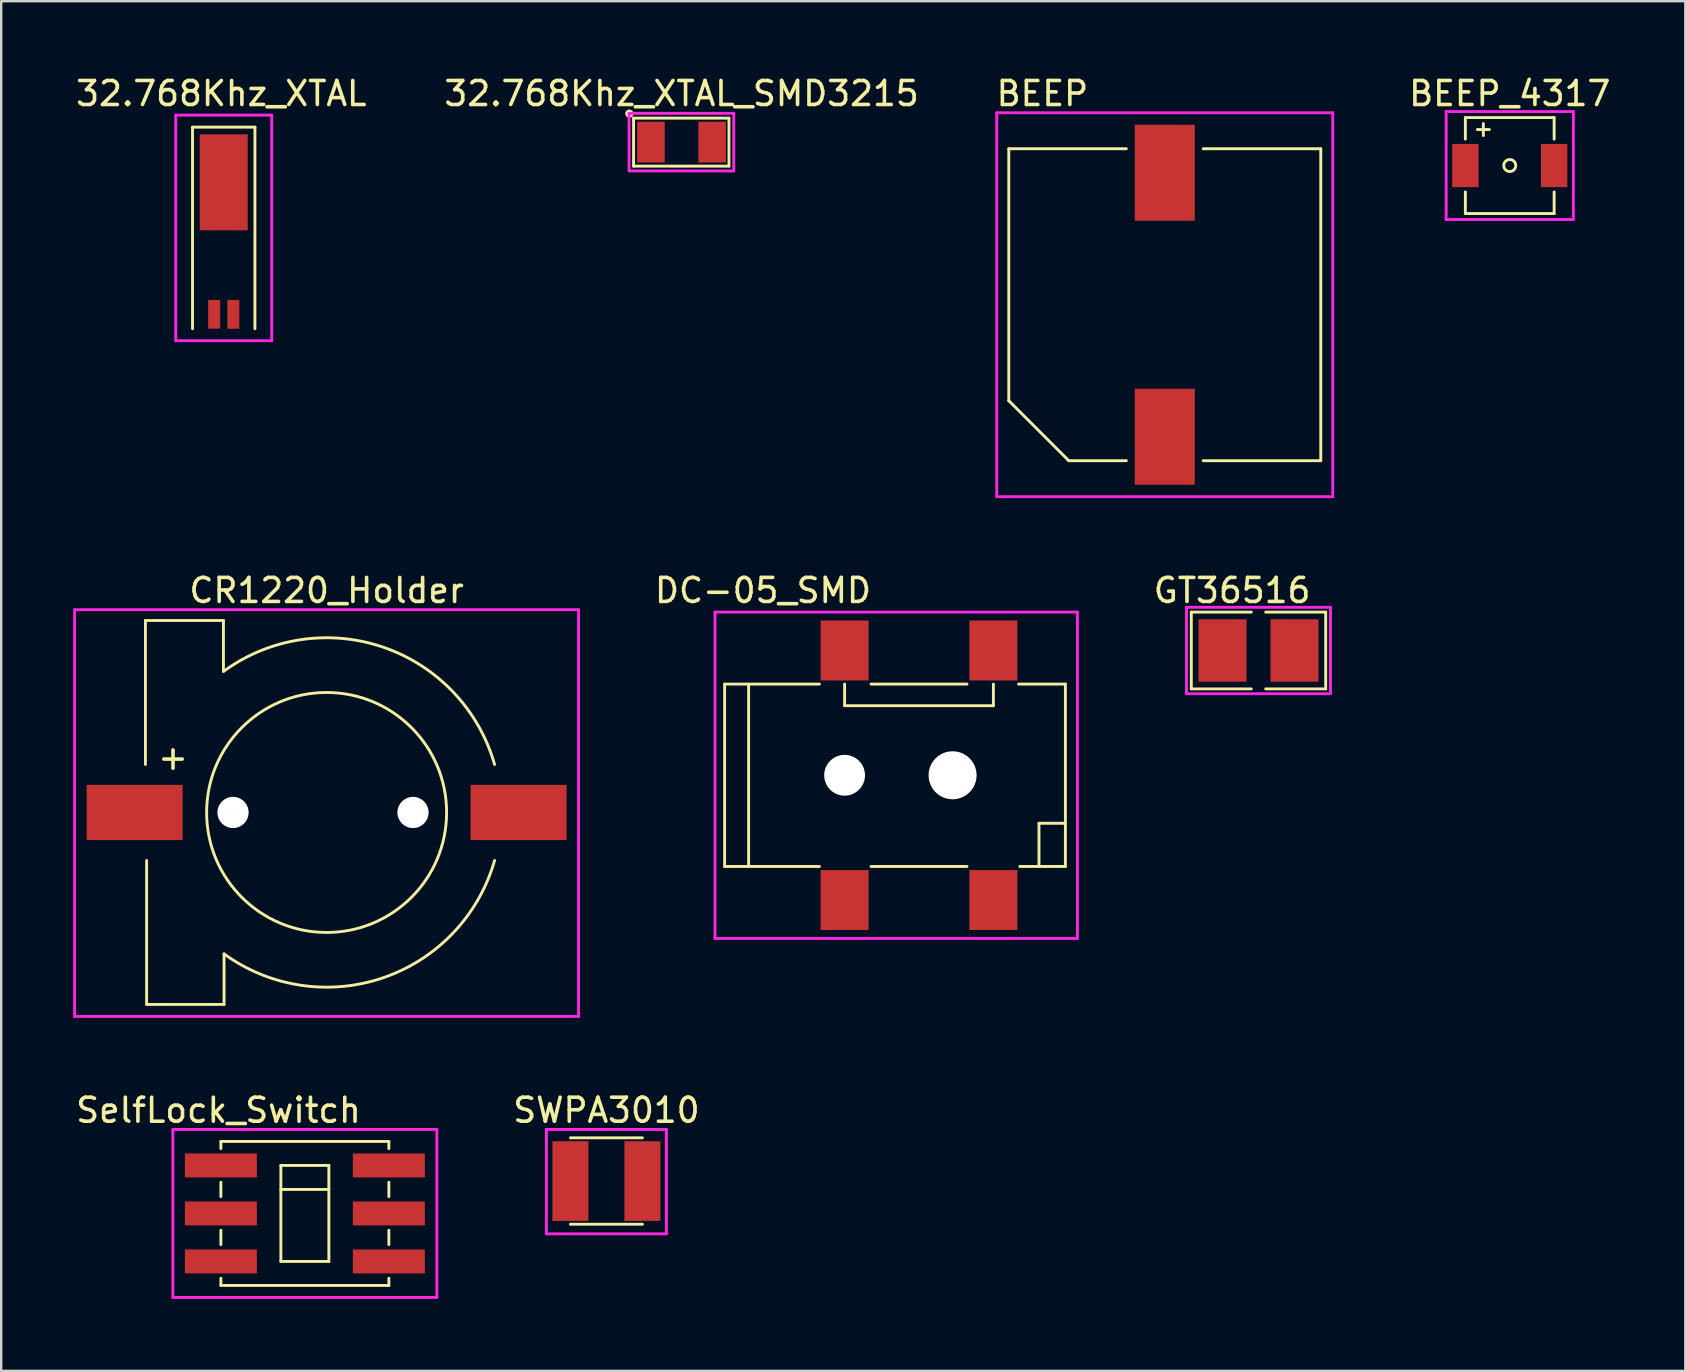
<source format=kicad_pcb>
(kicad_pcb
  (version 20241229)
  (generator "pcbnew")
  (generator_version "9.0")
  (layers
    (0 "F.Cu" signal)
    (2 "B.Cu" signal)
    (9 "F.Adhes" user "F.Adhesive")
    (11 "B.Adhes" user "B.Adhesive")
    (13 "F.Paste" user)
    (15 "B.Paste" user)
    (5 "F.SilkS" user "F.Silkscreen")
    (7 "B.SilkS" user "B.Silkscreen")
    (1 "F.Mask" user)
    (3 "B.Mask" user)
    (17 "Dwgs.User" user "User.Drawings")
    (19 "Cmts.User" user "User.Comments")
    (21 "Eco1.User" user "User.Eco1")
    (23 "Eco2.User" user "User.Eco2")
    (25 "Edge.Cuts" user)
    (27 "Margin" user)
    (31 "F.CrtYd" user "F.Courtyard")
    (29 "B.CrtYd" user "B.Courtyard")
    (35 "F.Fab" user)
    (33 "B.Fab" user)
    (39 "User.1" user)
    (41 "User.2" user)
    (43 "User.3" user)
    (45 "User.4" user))
  (footprint "GT36516"
    (layer "F.Cu")
    (at 49.392 24.056)
    (property "Reference" "GT36516" (at -1.1 -2.5 0) (layer "F.SilkS") (effects (font (size 1 1) (thickness 0.15))))
    (attr through_hole)
    (fp_line (start -2.8 -1.6) (end -2.8 1.6) (stroke (width 0.12) (type solid)) (layer "F.SilkS"))
    (fp_line (start -2.8 -1.6) (end -0.3 -1.6) (stroke (width 0.12) (type solid)) (layer "F.SilkS"))
    (fp_line (start -2.8 1.6) (end -0.3 1.6) (stroke (width 0.12) (type solid)) (layer "F.SilkS"))
    (fp_line (start 0.3 -1.6) (end 2.8 -1.6) (stroke (width 0.12) (type solid)) (layer "F.SilkS"))
    (fp_line (start 0.3 1.6) (end 2.8 1.6) (stroke (width 0.12) (type solid)) (layer "F.SilkS"))
    (fp_line (start 2.8 -1.6) (end 2.8 1.6) (stroke (width 0.12) (type solid)) (layer "F.SilkS"))
    (fp_line (start -3 -1.8) (end -3 1.8) (stroke (width 0.12) (type solid)) (layer "F.CrtYd"))
    (fp_line (start -3 -1.8) (end 3 -1.8) (stroke (width 0.12) (type solid)) (layer "F.CrtYd"))
    (fp_line (start -3 1.8) (end 3 1.8) (stroke (width 0.12) (type solid)) (layer "F.CrtYd"))
    (fp_line (start 3 -1.8) (end 3 1.8) (stroke (width 0.12) (type solid)) (layer "F.CrtYd"))
    (pad "1" smd rect (at -1.5 0) (size 2 2.6) (layers "F.Cu" "F.Mask" "F.Paste"))
    (pad "2" smd rect (at 1.5 0) (size 2 2.6) (layers "F.Cu" "F.Mask" "F.Paste")))
  (footprint "SelfLock_Switch"
    (layer "F.Cu")
    (at 9.654 47.515)
    (property "Reference" "SelfLock_Switch" (at -3.6 -4.3 0) (layer "F.SilkS") (effects (font (size 1 1) (thickness 0.15))))
    (attr through_hole)
    (fp_line (start -3.5 -3) (end 3.5 -3) (stroke (width 0.12) (type solid)) (layer "F.SilkS"))
    (fp_line (start -3.5 -2.7) (end -3.5 -3) (stroke (width 0.12) (type solid)) (layer "F.SilkS"))
    (fp_line (start -3.5 -1.3) (end -3.5 -0.7) (stroke (width 0.12) (type solid)) (layer "F.SilkS"))
    (fp_line (start -3.5 0.7) (end -3.5 1.3) (stroke (width 0.12) (type solid)) (layer "F.SilkS"))
    (fp_line (start -3.5 2.7) (end -3.5 3) (stroke (width 0.12) (type solid)) (layer "F.SilkS"))
    (fp_line (start -3.5 3) (end 3.5 3) (stroke (width 0.12) (type solid)) (layer "F.SilkS"))
    (fp_line (start -1 -2) (end -1 2) (stroke (width 0.12) (type solid)) (layer "F.SilkS"))
    (fp_line (start -1 -2) (end 1 -2) (stroke (width 0.12) (type solid)) (layer "F.SilkS"))
    (fp_line (start -1 -1) (end 1 -1) (stroke (width 0.12) (type solid)) (layer "F.SilkS"))
    (fp_line (start 1 -2) (end 1 2) (stroke (width 0.12) (type solid)) (layer "F.SilkS"))
    (fp_line (start 1 2) (end -1 2) (stroke (width 0.12) (type solid)) (layer "F.SilkS"))
    (fp_line (start 3.5 -3) (end 3.5 -2.7) (stroke (width 0.12) (type solid)) (layer "F.SilkS"))
    (fp_line (start 3.5 -1.3) (end 3.5 -0.7) (stroke (width 0.12) (type solid)) (layer "F.SilkS"))
    (fp_line (start 3.5 0.7) (end 3.5 1.3) (stroke (width 0.12) (type solid)) (layer "F.SilkS"))
    (fp_line (start 3.5 3) (end 3.5 2.7) (stroke (width 0.12) (type solid)) (layer "F.SilkS"))
    (fp_line (start -5.5 -3.5) (end -5.5 3.5) (stroke (width 0.12) (type solid)) (layer "F.CrtYd"))
    (fp_line (start -5.5 3.5) (end 5.5 3.5) (stroke (width 0.12) (type solid)) (layer "F.CrtYd"))
    (fp_line (start 5.5 -3.5) (end -5.5 -3.5) (stroke (width 0.12) (type solid)) (layer "F.CrtYd"))
    (fp_line (start 5.5 3.5) (end 5.5 -3.5) (stroke (width 0.12) (type solid)) (layer "F.CrtYd"))
    (pad "1" smd rect (at -3.5 -2) (size 3 1) (layers "F.Cu" "F.Mask" "F.Paste"))
    (pad "2" smd rect (at -3.5 0) (size 3 1) (layers "F.Cu" "F.Mask" "F.Paste"))
    (pad "3" smd rect (at -3.5 2) (size 3 1) (layers "F.Cu" "F.Mask" "F.Paste"))
    (pad "4" smd rect (at 3.5 -2) (size 3 1) (layers "F.Cu" "F.Mask" "F.Paste"))
    (pad "5" smd rect (at 3.5 0) (size 3 1) (layers "F.Cu" "F.Mask" "F.Paste"))
    (pad "6" smd rect (at 3.5 2) (size 3 1) (layers "F.Cu" "F.Mask" "F.Paste")))
  (footprint "DC-05_SMD"
    (layer "F.Cu")
    (at 36.245 29.256)
    (property "Reference" "DC-05_SMD" (at -7.5 -7.7 0) (layer "F.SilkS") (effects (font (size 1 1) (thickness 0.15))))
    (attr through_hole)
    (fp_line (start -9.1 -3.8) (end -9.1 3.8) (stroke (width 0.12) (type solid)) (layer "F.SilkS"))
    (fp_line (start -9.1 -3.8) (end -5.15 -3.8) (stroke (width 0.12) (type solid)) (layer "F.SilkS"))
    (fp_line (start -9.1 3.8) (end -5.15 3.8) (stroke (width 0.12) (type solid)) (layer "F.SilkS"))
    (fp_line (start -8.1 -3.8) (end -8.1 3.8) (stroke (width 0.12) (type solid)) (layer "F.SilkS"))
    (fp_line (start -4.1 -2.9) (end -4.1 -3.8) (stroke (width 0.12) (type solid)) (layer "F.SilkS"))
    (fp_line (start -4.1 -2.9) (end 2.1 -2.9) (stroke (width 0.12) (type solid)) (layer "F.SilkS"))
    (fp_line (start -3 -3.8) (end 1 -3.8) (stroke (width 0.12) (type solid)) (layer "F.SilkS"))
    (fp_line (start -3 3.8) (end 1 3.8) (stroke (width 0.12) (type solid)) (layer "F.SilkS"))
    (fp_line (start 2.1 -2.9) (end 2.1 -3.8) (stroke (width 0.12) (type solid)) (layer "F.SilkS"))
    (fp_line (start 4 2) (end 5.1 2) (stroke (width 0.12) (type solid)) (layer "F.SilkS"))
    (fp_line (start 4 3.8) (end 4 2) (stroke (width 0.12) (type solid)) (layer "F.SilkS"))
    (fp_line (start 5.1 -3.8) (end 3.15 -3.8) (stroke (width 0.12) (type solid)) (layer "F.SilkS"))
    (fp_line (start 5.1 -3.8) (end 5.1 3.8) (stroke (width 0.12) (type solid)) (layer "F.SilkS"))
    (fp_line (start 5.1 3.8) (end 3.2 3.8) (stroke (width 0.12) (type solid)) (layer "F.SilkS"))
    (fp_line (start -9.5 -6.8) (end -9.5 6.8) (stroke (width 0.12) (type solid)) (layer "F.CrtYd"))
    (fp_line (start -9.5 6.8) (end 5.6 6.8) (stroke (width 0.12) (type solid)) (layer "F.CrtYd"))
    (fp_line (start 5.6 -6.8) (end -9.5 -6.8) (stroke (width 0.12) (type solid)) (layer "F.CrtYd"))
    (fp_line (start 5.6 6.8) (end 5.6 -6.8) (stroke (width 0.12) (type solid)) (layer "F.CrtYd"))
    (pad "" np_thru_hole circle (at -4.1 0) (size 1.7 1.7) (drill 1.7) (layers "*.Cu" "*.Mask"))
    (pad "" np_thru_hole circle (at 0.4 0) (size 2 2) (drill 2) (layers "*.Cu" "*.Mask"))
    (pad "1" smd rect (at -4.1 -5.2) (size 2 2.5) (layers "F.Cu" "F.Mask" "F.Paste"))
    (pad "1" smd rect (at 2.1 -5.2) (size 2 2.5) (layers "F.Cu" "F.Mask" "F.Paste"))
    (pad "2" smd rect (at 2.1 5.2) (size 2 2.5) (layers "F.Cu" "F.Mask" "F.Paste"))
    (pad "3" smd rect (at -4.1 5.2) (size 2 2.5) (layers "F.Cu" "F.Mask" "F.Paste")))
  (footprint "32.768Khz_XTAL_SMD3215"
    (layer "F.Cu")
    (at 25.351 2.873)
    (property "Reference" "32.768Khz_XTAL_SMD3215" (at 0 -2.025 0) (layer "F.SilkS") (effects (font (size 1 1) (thickness 0.15))))
    (attr through_hole)
    (fp_line (start -2 -1) (end -2 1) (stroke (width 0.12) (type solid)) (layer "F.SilkS"))
    (fp_line (start -2 -1) (end 1.975 -1) (stroke (width 0.12) (type solid)) (layer "F.SilkS"))
    (fp_line (start -2 1) (end 1.975 1) (stroke (width 0.12) (type solid)) (layer "F.SilkS"))
    (fp_line (start 1.975 -1) (end 1.975 1) (stroke (width 0.12) (type solid)) (layer "F.SilkS"))
    (fp_circle (center -2.175 -1.188) (end -2.125 -1.088) (stroke (width 0.12) (type solid)) (fill no) (layer "F.SilkS"))
    (fp_line (start -2.187 -1.2) (end -2.187 1.2) (stroke (width 0.12) (type solid)) (layer "F.CrtYd"))
    (fp_line (start -2.187 -1.2) (end 2.175 -1.2) (stroke (width 0.12) (type solid)) (layer "F.CrtYd"))
    (fp_line (start -2.187 1.2) (end 2.175 1.2) (stroke (width 0.12) (type solid)) (layer "F.CrtYd"))
    (fp_line (start 2.175 -1.2) (end 2.175 1.2) (stroke (width 0.12) (type solid)) (layer "F.CrtYd"))
    (pad "1" smd rect (at -1.275 0) (size 1.15 1.7) (layers "F.Cu" "F.Mask" "F.Paste"))
    (pad "2" smd rect (at 1.275 0) (size 1.15 1.7) (layers "F.Cu" "F.Mask" "F.Paste")))
  (footprint "32.768Khz_XTAL"
    (layer "F.Cu")
    (at 6.273 8.448)
    (property "Reference" "32.768Khz_XTAL" (at -0.1 -7.6 0) (layer "F.SilkS") (effects (font (size 1 1) (thickness 0.15))))
    (attr through_hole)
    (fp_line (start -1.3 -6.2) (end -1.3 2.2) (stroke (width 0.12) (type solid)) (layer "F.SilkS"))
    (fp_line (start -1.3 -6.2) (end 1.3 -6.2) (stroke (width 0.12) (type solid)) (layer "F.SilkS"))
    (fp_line (start 1.3 -6.2) (end 1.3 2.2) (stroke (width 0.12) (type solid)) (layer "F.SilkS"))
    (fp_line (start -2 -6.7) (end -2 2.7) (stroke (width 0.12) (type solid)) (layer "F.CrtYd"))
    (fp_line (start -2 -6.7) (end 2 -6.7) (stroke (width 0.12) (type solid)) (layer "F.CrtYd"))
    (fp_line (start -2 2.7) (end 2 2.7) (stroke (width 0.12) (type solid)) (layer "F.CrtYd"))
    (fp_line (start 2 -6.7) (end 2 2.7) (stroke (width 0.12) (type solid)) (layer "F.CrtYd"))
    (pad "1" smd rect (at -0.4 1.6 90) (size 1.2 0.5) (layers "F.Cu" "F.Mask" "F.Paste"))
    (pad "2" smd rect (at 0.4 1.6 270) (size 1.2 0.5) (layers "F.Cu" "F.Mask" "F.Paste"))
    (pad "3" smd rect (at 0 -3.9 270) (size 4 2) (layers "F.Cu" "F.Mask" "F.Paste")))
  (footprint "SWPA3010"
    (layer "F.Cu")
    (at 22.22 46.165)
    (property "Reference" "SWPA3010" (at 0 -2.95 0) (layer "F.SilkS") (effects (font (size 1 1) (thickness 0.15))))
    (attr through_hole)
    (fp_line (start -1.5 -1.8) (end 1.5 -1.8) (stroke (width 0.12) (type solid)) (layer "F.SilkS"))
    (fp_line (start -1.5 1.8) (end 1.5 1.8) (stroke (width 0.12) (type solid)) (layer "F.SilkS"))
    (fp_line (start -2.5 -2.15) (end -2.5 2.2) (stroke (width 0.12) (type solid)) (layer "F.CrtYd"))
    (fp_line (start 2.5 -2.15) (end -2.5 -2.15) (stroke (width 0.12) (type solid)) (layer "F.CrtYd"))
    (fp_line (start 2.5 -2.15) (end 2.5 2.2) (stroke (width 0.12) (type solid)) (layer "F.CrtYd"))
    (fp_line (start 2.5 2.2) (end -2.5 2.2) (stroke (width 0.12) (type solid)) (layer "F.CrtYd"))
    (pad "1" smd rect (at -1.5 0) (size 1.5 3.32) (layers "F.Cu" "F.Mask" "F.Paste"))
    (pad "2" smd rect (at 1.5 0) (size 1.5 3.32) (layers "F.Cu" "F.Mask" "F.Paste")))
  (footprint "BEEP"
    (layer "F.Cu")
    (at 45.487 9.648)
    (property "Reference" "BEEP" (at -5.1 -8.8 0) (layer "F.SilkS") (effects (font (size 1 1) (thickness 0.15))))
    (attr through_hole)
    (fp_line (start -6.5 -6.5) (end -6.5 4) (stroke (width 0.12) (type solid)) (layer "F.SilkS"))
    (fp_line (start -6.5 -6.5) (end -1.6 -6.5) (stroke (width 0.12) (type solid)) (layer "F.SilkS"))
    (fp_line (start -6.5 4) (end -4 6.5) (stroke (width 0.12) (type solid)) (layer "F.SilkS"))
    (fp_line (start -4 6.5) (end -1.6 6.5) (stroke (width 0.12) (type solid)) (layer "F.SilkS"))
    (fp_line (start 1.6 -6.5) (end 6.5 -6.5) (stroke (width 0.12) (type solid)) (layer "F.SilkS"))
    (fp_line (start 1.6 6.5) (end 6.5 6.5) (stroke (width 0.12) (type solid)) (layer "F.SilkS"))
    (fp_line (start 6.5 -6.5) (end 6.5 6.5) (stroke (width 0.12) (type solid)) (layer "F.SilkS"))
    (fp_line (start -7 -8) (end -7 8) (stroke (width 0.12) (type solid)) (layer "F.CrtYd"))
    (fp_line (start -7 -8) (end 7 -8) (stroke (width 0.12) (type solid)) (layer "F.CrtYd"))
    (fp_line (start -7 8) (end 7 8) (stroke (width 0.12) (type solid)) (layer "F.CrtYd"))
    (fp_line (start 7 -8) (end 7 8) (stroke (width 0.12) (type solid)) (layer "F.CrtYd"))
    (pad "1" smd rect (at 0 -5.5) (size 2.5 4) (layers "F.Cu" "F.Mask" "F.Paste"))
    (pad "2" smd rect (at 0 5.5) (size 2.5 4) (layers "F.Cu" "F.Mask" "F.Paste")))
  (footprint "BEEP_4317"
    (layer "F.Cu")
    (at 59.862 3.848)
    (property "Reference" "BEEP_4317" (at 0 -3 0) (layer "F.SilkS") (effects (font (size 1 1) (thickness 0.15))))
    (attr through_hole)
    (fp_line (start -1.85 -2) (end -1.85 -1.1) (stroke (width 0.12) (type solid)) (layer "F.SilkS"))
    (fp_line (start -1.85 -2) (end 1.85 -2) (stroke (width 0.12) (type solid)) (layer "F.SilkS"))
    (fp_line (start -1.85 1.1) (end -1.85 2) (stroke (width 0.12) (type solid)) (layer "F.SilkS"))
    (fp_line (start -1.85 2) (end 1.85 2) (stroke (width 0.12) (type solid)) (layer "F.SilkS"))
    (fp_line (start -1.35 -1.5) (end -0.85 -1.5) (stroke (width 0.12) (type solid)) (layer "F.SilkS"))
    (fp_line (start -1.1 -1.25) (end -1.1 -1.75) (stroke (width 0.12) (type solid)) (layer "F.SilkS"))
    (fp_line (start 1.85 -2) (end 1.85 -1.1) (stroke (width 0.12) (type solid)) (layer "F.SilkS"))
    (fp_line (start 1.85 1.1) (end 1.85 2) (stroke (width 0.12) (type solid)) (layer "F.SilkS"))
    (fp_circle (center 0 0) (end 0.25 0) (stroke (width 0.12) (type solid)) (fill no) (layer "F.SilkS"))
    (fp_line (start -2.65 -2.25) (end -2.65 2.25) (stroke (width 0.12) (type solid)) (layer "F.CrtYd"))
    (fp_line (start 2.65 -2.25) (end -2.65 -2.25) (stroke (width 0.12) (type solid)) (layer "F.CrtYd"))
    (fp_line (start 2.65 -2.25) (end 2.65 2.25) (stroke (width 0.12) (type solid)) (layer "F.CrtYd"))
    (fp_line (start 2.65 2.25) (end -2.65 2.25) (stroke (width 0.12) (type solid)) (layer "F.CrtYd"))
    (pad "1" smd rect (at -1.85 0) (size 1.1 1.8) (layers "F.Cu" "F.Mask" "F.Paste"))
    (pad "2" smd rect (at 1.85 0) (size 1.1 1.8) (layers "F.Cu" "F.Mask" "F.Paste")))
  (footprint "CR1220_Holder"
    (layer "F.Cu")
    (at 10.56 30.806)
    (property "Reference" "CR1220_Holder" (at 0 -9.25 0) (layer "F.SilkS") (effects (font (size 1 1) (thickness 0.15))))
    (attr through_hole)
    (fp_line (start -7.55 -8) (end -4.3 -8) (stroke (width 0.12) (type solid)) (layer "F.SilkS"))
    (fp_line (start -7.55 -2) (end -7.55 -8) (stroke (width 0.12) (type solid)) (layer "F.SilkS"))
    (fp_line (start -7.5 8) (end -7.5 2) (stroke (width 0.12) (type solid)) (layer "F.SilkS"))
    (fp_line (start -7.5 8) (end -4.274 8) (stroke (width 0.12) (type solid)) (layer "F.SilkS"))
    (fp_line (start -4.3 -8) (end -4.3 -5.873) (stroke (width 0.12) (type solid)) (layer "F.SilkS"))
    (fp_line (start -4.274 8) (end -4.274 5.894) (stroke (width 0.12) (type solid)) (layer "F.SilkS"))
    (fp_arc (start -4.273526 -5.893808) (mid 2.376731 -6.881217) (end 7 -2) (stroke (width 0.12) (type solid)) (layer "F.SilkS"))
    (fp_arc (start 6.999999 1.999999) (mid 2.376731 6.881216) (end -4.273525 5.893807) (stroke (width 0.12) (type solid)) (layer "F.SilkS"))
    (fp_circle (center 0 0) (end 5 0) (stroke (width 0.12) (type solid)) (fill no) (layer "F.SilkS"))
    (fp_line (start -10.5 -8.45) (end -10.5 8.5) (stroke (width 0.12) (type solid)) (layer "F.CrtYd"))
    (fp_line (start -10.5 8.5) (end 10.5 8.5) (stroke (width 0.12) (type solid)) (layer "F.CrtYd"))
    (fp_line (start 10.5 -8.45) (end -10.5 -8.45) (stroke (width 0.12) (type solid)) (layer "F.CrtYd"))
    (fp_line (start 10.5 8.5) (end 10.5 -8.45) (stroke (width 0.12) (type solid)) (layer "F.CrtYd"))
    (fp_text user "+" (at -6.4 -2.3 0) (layer "F.SilkS") (effects (font (size 1 1) (thickness 0.15))))
    (pad "" np_thru_hole circle (at -3.9 0) (size 1.3 1.3) (drill 1.3) (layers "*.Cu" "*.Mask"))
    (pad "" np_thru_hole circle (at 3.6 0) (size 1.3 1.3) (drill 1.3) (layers "*.Cu" "*.Mask"))
    (pad "1" smd rect (at -8 0) (size 4 2.3) (layers "F.Cu" "F.Mask" "F.Paste"))
    (pad "2" smd rect (at 8 0) (size 4 2.3) (layers "F.Cu" "F.Mask" "F.Paste")))
  (gr_rect
    (start -3 -3)
    (end 67.178 54.075)
    (stroke (width 0.1) (type default))
    (fill no)
    (layer "Edge.Cuts")))
</source>
